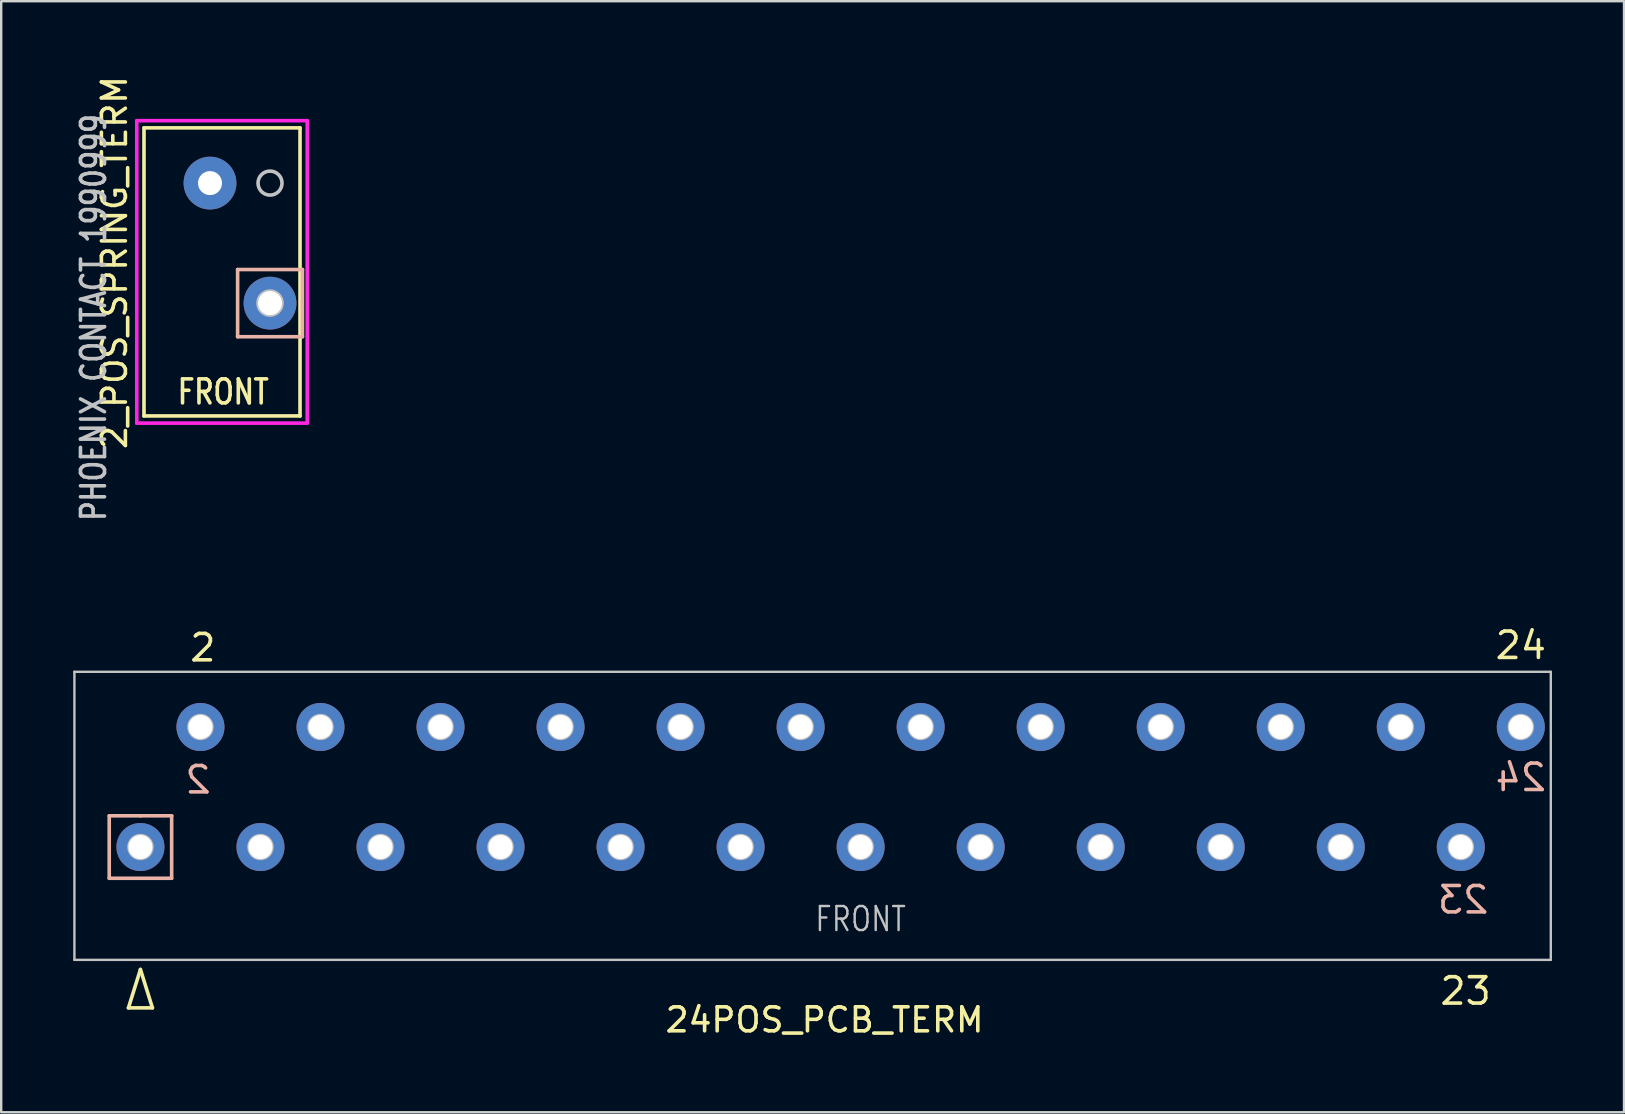
<source format=kicad_pcb>
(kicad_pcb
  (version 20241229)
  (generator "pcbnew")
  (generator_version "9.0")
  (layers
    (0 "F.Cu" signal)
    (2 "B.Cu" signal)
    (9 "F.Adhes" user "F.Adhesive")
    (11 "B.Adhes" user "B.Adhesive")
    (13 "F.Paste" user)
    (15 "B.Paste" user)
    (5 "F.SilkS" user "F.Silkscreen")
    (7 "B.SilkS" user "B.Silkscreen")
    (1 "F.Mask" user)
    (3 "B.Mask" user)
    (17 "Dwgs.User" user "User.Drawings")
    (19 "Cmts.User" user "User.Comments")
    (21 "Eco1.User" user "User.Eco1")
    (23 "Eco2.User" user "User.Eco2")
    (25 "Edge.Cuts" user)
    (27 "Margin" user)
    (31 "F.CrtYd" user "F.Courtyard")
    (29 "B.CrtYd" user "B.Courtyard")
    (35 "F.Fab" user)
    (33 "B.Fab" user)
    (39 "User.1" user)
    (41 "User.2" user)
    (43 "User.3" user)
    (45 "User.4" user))
  (footprint "2_POS_SPRING_TERM"
    (layer "F.Cu")
    (at 7.548 19.677)
    (property "Reference" "2_POS_SPRING_TERM" (at -5.83 -11.79 90) (layer "F.SilkS") (effects (font (size 1 1) (thickness 0.15))))
    (attr through_hole)
    (fp_line (start -4.6 -17.4) (end 1.9 -17.4) (stroke (width 0.15) (type solid)) (layer "F.SilkS"))
    (fp_line (start -4.6 -5.4) (end -4.6 -17.4) (stroke (width 0.15) (type solid)) (layer "F.SilkS"))
    (fp_line (start -4.6 -5.4) (end 1.9 -5.4) (stroke (width 0.15) (type solid)) (layer "F.SilkS"))
    (fp_line (start 1.9 -5.4) (end 1.9 -17.4) (stroke (width 0.15) (type solid)) (layer "F.SilkS"))
    (fp_line (start -0.7 -11.5) (end 2 -11.5) (stroke (width 0.15) (type solid)) (layer "B.SilkS"))
    (fp_line (start -0.7 -8.7) (end -0.7 -11.5) (stroke (width 0.15) (type solid)) (layer "B.SilkS"))
    (fp_line (start 2 -11.5) (end 2 -8.7) (stroke (width 0.15) (type solid)) (layer "B.SilkS"))
    (fp_line (start 2 -8.7) (end -0.7 -8.7) (stroke (width 0.15) (type solid)) (layer "B.SilkS"))
    (fp_circle (center 0.65 -15.1) (end 1.15 -15.1) (stroke (width 0.15) (type solid)) (fill no) (layer "Dwgs.User"))
    (fp_circle (center 0.65 -10.1) (end 1.15 -10.1) (stroke (width 0.15) (type solid)) (fill no) (layer "Dwgs.User"))
    (fp_line (start -4.9 -17.7) (end 2.2 -17.7) (stroke (width 0.15) (type solid)) (layer "F.CrtYd"))
    (fp_line (start -4.9 -5.1) (end -4.9 -17.7) (stroke (width 0.15) (type solid)) (layer "F.CrtYd"))
    (fp_line (start 2.2 -17.7) (end 2.2 -5.1) (stroke (width 0.15) (type solid)) (layer "F.CrtYd"))
    (fp_line (start 2.2 -5.1) (end -4.9 -5.1) (stroke (width 0.15) (type solid)) (layer "F.CrtYd"))
    (fp_text user "FRONT" (at -1.3 -6.4 0) (layer "F.SilkS") (effects (font (size 1 0.8) (thickness 0.15))))
    (fp_text user "PHOENIX CONTACT 1990999" (at -6.7 -9.5 90) (layer "Dwgs.User") (effects (font (size 1 0.8) (thickness 0.15))))
    (pad "1" thru_hole circle (at -1.85 -15.1) (size 2.2 2.2) (drill 1) (layers "*.Cu" "*.Mask"))
    (pad "2" thru_hole circle (at 0.65 -10.1) (size 2.2 2.2) (drill 1) (layers "*.Cu" "*.Mask")))
  (footprint "24POS_PCB_TERM"
    (layer "F.Cu")
    (at 31.3 38.934)
    (property "Reference" "24POS_PCB_TERM" (at 0 0.5 0) (layer "F.SilkS") (effects (font (size 1 1) (thickness 0.15))))
    (attr through_hole)
    (fp_line (start -29 0) (end -28 0) (stroke (width 0.15) (type solid)) (layer "F.SilkS"))
    (fp_line (start -28.5 -1.6) (end -29 0) (stroke (width 0.15) (type solid)) (layer "F.SilkS"))
    (fp_line (start -28 0) (end -28.5 -1.6) (stroke (width 0.15) (type solid)) (layer "F.SilkS"))
    (fp_line (start -29.8 -8) (end -28.5 -8) (stroke (width 0.15) (type solid)) (layer "B.SilkS"))
    (fp_line (start -29.8 -5.4) (end -29.8 -8) (stroke (width 0.15) (type solid)) (layer "B.SilkS"))
    (fp_line (start -28.5 -8) (end -27.2 -8) (stroke (width 0.15) (type solid)) (layer "B.SilkS"))
    (fp_line (start -27.2 -8) (end -27.2 -5.4) (stroke (width 0.15) (type solid)) (layer "B.SilkS"))
    (fp_line (start -27.2 -5.4) (end -29.8 -5.4) (stroke (width 0.15) (type solid)) (layer "B.SilkS"))
    (fp_line (start -31.25 -14) (end 30.25 -14) (stroke (width 0.1) (type solid)) (layer "Dwgs.User"))
    (fp_line (start -31.25 -2) (end -31.25 -14) (stroke (width 0.1) (type solid)) (layer "Dwgs.User"))
    (fp_line (start -31.25 -2) (end 30.25 -2) (stroke (width 0.1) (type solid)) (layer "Dwgs.User"))
    (fp_line (start 30.25 -2) (end 30.25 -14) (stroke (width 0.1) (type solid)) (layer "Dwgs.User"))
    (fp_circle (center -28.5 -6.7) (end -28 -6.7) (stroke (width 0.1) (type solid)) (fill no) (layer "Dwgs.User"))
    (fp_circle (center -26 -11.7) (end -25.5 -11.7) (stroke (width 0.1) (type solid)) (fill no) (layer "Dwgs.User"))
    (fp_circle (center -23.5 -6.7) (end -23 -6.7) (stroke (width 0.1) (type solid)) (fill no) (layer "Dwgs.User"))
    (fp_circle (center -21 -11.7) (end -20.5 -11.7) (stroke (width 0.1) (type solid)) (fill no) (layer "Dwgs.User"))
    (fp_circle (center -18.5 -6.7) (end -18 -6.7) (stroke (width 0.1) (type solid)) (fill no) (layer "Dwgs.User"))
    (fp_circle (center -16 -11.7) (end -15.5 -11.7) (stroke (width 0.1) (type solid)) (fill no) (layer "Dwgs.User"))
    (fp_circle (center -13.5 -6.7) (end -13 -6.7) (stroke (width 0.1) (type solid)) (fill no) (layer "Dwgs.User"))
    (fp_circle (center -11 -11.7) (end -10.5 -11.7) (stroke (width 0.1) (type solid)) (fill no) (layer "Dwgs.User"))
    (fp_circle (center -8.5 -6.7) (end -8 -6.7) (stroke (width 0.1) (type solid)) (fill no) (layer "Dwgs.User"))
    (fp_circle (center -6 -11.7) (end -5.5 -11.7) (stroke (width 0.1) (type solid)) (fill no) (layer "Dwgs.User"))
    (fp_circle (center -3.5 -6.7) (end -3 -6.7) (stroke (width 0.1) (type solid)) (fill no) (layer "Dwgs.User"))
    (fp_circle (center -1 -11.7) (end -0.5 -11.7) (stroke (width 0.1) (type solid)) (fill no) (layer "Dwgs.User"))
    (fp_circle (center 1.5 -6.7) (end 2 -6.7) (stroke (width 0.1) (type solid)) (fill no) (layer "Dwgs.User"))
    (fp_circle (center 4 -11.7) (end 4.5 -11.7) (stroke (width 0.1) (type solid)) (fill no) (layer "Dwgs.User"))
    (fp_circle (center 6.5 -6.7) (end 7 -6.7) (stroke (width 0.1) (type solid)) (fill no) (layer "Dwgs.User"))
    (fp_circle (center 9 -11.7) (end 9.5 -11.7) (stroke (width 0.1) (type solid)) (fill no) (layer "Dwgs.User"))
    (fp_circle (center 11.5 -6.7) (end 12 -6.7) (stroke (width 0.1) (type solid)) (fill no) (layer "Dwgs.User"))
    (fp_circle (center 14 -11.7) (end 14.5 -11.7) (stroke (width 0.1) (type solid)) (fill no) (layer "Dwgs.User"))
    (fp_circle (center 16.5 -6.7) (end 17 -6.7) (stroke (width 0.1) (type solid)) (fill no) (layer "Dwgs.User"))
    (fp_circle (center 19 -11.7) (end 19.5 -11.7) (stroke (width 0.1) (type solid)) (fill no) (layer "Dwgs.User"))
    (fp_circle (center 21.5 -6.7) (end 22 -6.7) (stroke (width 0.1) (type solid)) (fill no) (layer "Dwgs.User"))
    (fp_circle (center 24 -11.7) (end 24.5 -11.7) (stroke (width 0.1) (type solid)) (fill no) (layer "Dwgs.User"))
    (fp_circle (center 26.5 -6.7) (end 27 -6.7) (stroke (width 0.1) (type solid)) (fill no) (layer "Dwgs.User"))
    (fp_circle (center 29 -11.7) (end 29.5 -11.7) (stroke (width 0.1) (type solid)) (fill no) (layer "Dwgs.User"))
    (fp_text user "24" (at 29 -15.1 0) (layer "F.SilkS") (effects (font (size 1.1 1.1) (thickness 0.15))))
    (fp_text user "2" (at -25.9 -15 0) (layer "F.SilkS") (effects (font (size 1.1 1.1) (thickness 0.15))))
    (fp_text user "23" (at 26.7 -0.7 0) (layer "F.SilkS") (effects (font (size 1.1 1.1) (thickness 0.15))))
    (fp_text user "24" (at 29 -9.6 0) (layer "B.SilkS") (effects (font (size 1.1 1.1) (thickness 0.15)) (justify mirror)))
    (fp_text user "2" (at -26.1 -9.5 0) (layer "B.SilkS") (effects (font (size 1.1 1.1) (thickness 0.15)) (justify mirror)))
    (fp_text user "23" (at 26.6 -4.5 0) (layer "B.SilkS") (effects (font (size 1.1 1.1) (thickness 0.15)) (justify mirror)))
    (fp_text user "FRONT" (at 1.5 -3.7 0) (layer "Dwgs.User") (effects (font (size 1 0.8) (thickness 0.1))))
    (pad "1" thru_hole circle (at -28.5 -6.7) (size 2 2) (drill 1) (layers "*.Cu" "*.Mask"))
    (pad "2" thru_hole circle (at -26 -11.7) (size 2 2) (drill 1) (layers "*.Cu" "*.Mask"))
    (pad "3" thru_hole circle (at -23.5 -6.7) (size 2 2) (drill 1) (layers "*.Cu" "*.Mask"))
    (pad "4" thru_hole circle (at -21 -11.7) (size 2 2) (drill 1) (layers "*.Cu" "*.Mask"))
    (pad "5" thru_hole circle (at -18.5 -6.7) (size 2 2) (drill 1) (layers "*.Cu" "*.Mask"))
    (pad "6" thru_hole circle (at -16 -11.7) (size 2 2) (drill 1) (layers "*.Cu" "*.Mask"))
    (pad "7" thru_hole circle (at -13.5 -6.7) (size 2 2) (drill 1) (layers "*.Cu" "*.Mask"))
    (pad "8" thru_hole circle (at -11 -11.7) (size 2 2) (drill 1) (layers "*.Cu" "*.Mask"))
    (pad "9" thru_hole circle (at -8.5 -6.7) (size 2 2) (drill 1) (layers "*.Cu" "*.Mask"))
    (pad "10" thru_hole circle (at -6 -11.7) (size 2 2) (drill 1) (layers "*.Cu" "*.Mask"))
    (pad "11" thru_hole circle (at -3.5 -6.7) (size 2 2) (drill 1) (layers "*.Cu" "*.Mask"))
    (pad "12" thru_hole circle (at -1 -11.7) (size 2 2) (drill 1) (layers "*.Cu" "*.Mask"))
    (pad "13" thru_hole circle (at 1.5 -6.7) (size 2 2) (drill 1) (layers "*.Cu" "*.Mask"))
    (pad "14" thru_hole circle (at 4 -11.7) (size 2 2) (drill 1) (layers "*.Cu" "*.Mask"))
    (pad "15" thru_hole circle (at 6.5 -6.7) (size 2 2) (drill 1) (layers "*.Cu" "*.Mask"))
    (pad "16" thru_hole circle (at 9 -11.7) (size 2 2) (drill 1) (layers "*.Cu" "*.Mask"))
    (pad "17" thru_hole circle (at 11.5 -6.7) (size 2 2) (drill 1) (layers "*.Cu" "*.Mask"))
    (pad "18" thru_hole circle (at 14 -11.7) (size 2 2) (drill 1) (layers "*.Cu" "*.Mask"))
    (pad "19" thru_hole circle (at 16.5 -6.7) (size 2 2) (drill 1) (layers "*.Cu" "*.Mask"))
    (pad "20" thru_hole circle (at 19 -11.7) (size 2 2) (drill 1) (layers "*.Cu" "*.Mask"))
    (pad "21" thru_hole circle (at 21.5 -6.7) (size 2 2) (drill 1) (layers "*.Cu" "*.Mask"))
    (pad "22" thru_hole circle (at 24 -11.7) (size 2 2) (drill 1) (layers "*.Cu" "*.Mask"))
    (pad "23" thru_hole circle (at 26.5 -6.7) (size 2 2) (drill 1) (layers "*.Cu" "*.Mask"))
    (pad "24" thru_hole circle (at 29 -11.7) (size 2 2) (drill 1) (layers "*.Cu" "*.Mask")))
  (gr_rect
    (start -3 -3)
    (end 64.6 43.282)
    (stroke (width 0.1) (type default))
    (fill no)
    (layer "Edge.Cuts")))
</source>
